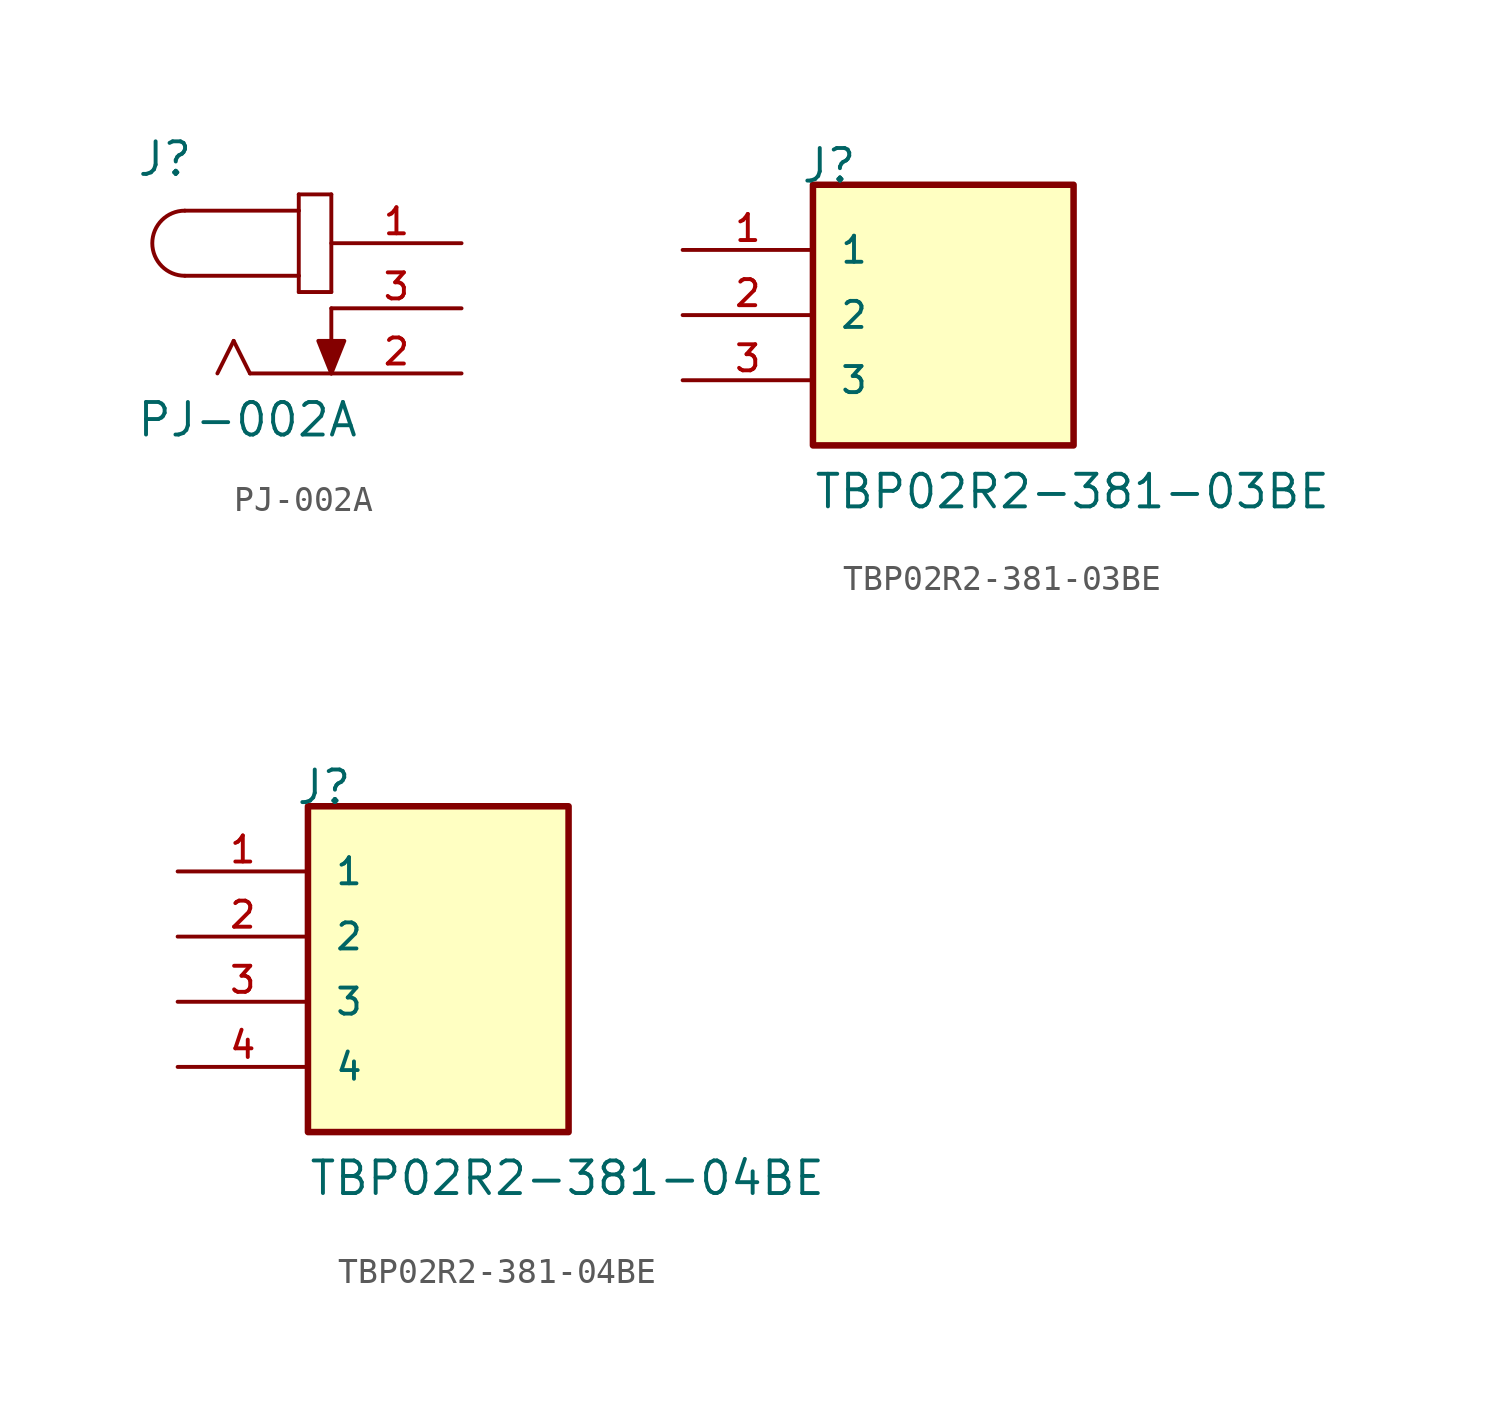
<source format=kicad_sym>
(kicad_symbol_lib
  (version 20211014)
  (generator kicad_symbol_editor)
  (symbol "PJ-002A"
    (pin_names
      (offset 1.016))
    (property "Reference" "J"
      (at -7.621 5.081 0)
      (effects (font (size 1.27 1.27)) (justify bottom left)))
    (property "Value" "PJ-002A"
      (at -7.632 -5.088 0)
      (effects (font (size 1.27 1.27)) (justify bottom left)))
    (symbol "PJ-002A_0_0"
      (arc (start -5.715 3.81) (mid -6.985 2.54) (end -5.715 1.27) (stroke (width 0.1524) (type default) (color 0 0 0 0)) (fill (type none)))
      (polyline (pts (xy -5.715 3.81) (xy -1.27 3.81)) (stroke (width 0.152)))
      (polyline (pts (xy -1.27 3.81) (xy -1.27 1.27)) (stroke (width 0.152)))
      (polyline (pts (xy -1.27 1.27) (xy -5.715 1.27)) (stroke (width 0.152)))
      (polyline (pts (xy -1.27 1.27) (xy -1.27 0.635)) (stroke (width 0.152)))
      (polyline (pts (xy -1.27 0.635) (xy 0.0 0.635)) (stroke (width 0.152)))
      (polyline (pts (xy 0.0 0.635) (xy 0.0 4.445)) (stroke (width 0.152)))
      (polyline (pts (xy 0.0 4.445) (xy -1.27 4.445)) (stroke (width 0.152)))
      (polyline (pts (xy -1.27 4.445) (xy -1.27 3.81)) (stroke (width 0.152)))
      (polyline (pts (xy 0.0 -2.54) (xy -3.175 -2.54)) (stroke (width 0.152)))
      (polyline (pts (xy -3.175 -2.54) (xy -3.81 -1.27)) (stroke (width 0.152)))
      (polyline (pts (xy -3.81 -1.27) (xy -4.445 -2.54)) (stroke (width 0.152)))
      (polyline (pts (xy 0.0 0.0) (xy 0.0 -2.54)) (stroke (width 0.152)))
      (polyline (pts (xy 0.0 -2.54) (xy -0.508 -1.27) (xy 0.508 -1.27) (xy 0.0 -2.54)) (stroke (width 0.152)) (fill (type outline)))
      (pin passive line (at 5.08 2.54 180.0) (length 5.08) (name "~" (effects (font (size 1.016 1.016)))) (number "1" (effects (font (size 1.016 1.016)))))
      (pin passive line (at 5.08 0.0 180.0) (length 5.08) (name "~" (effects (font (size 1.016 1.016)))) (number "3" (effects (font (size 1.016 1.016)))))
      (pin passive line (at 5.08 -2.54 180.0) (length 5.08) (name "~" (effects (font (size 1.016 1.016)))) (number "2" (effects (font (size 1.016 1.016)))))))
  (symbol "TBP02R2-381-03BE"
    (pin_names
      (offset 1.016))
    (property "Reference" "J"
      (at -5.58 5.08 0)
      (effects (font (size 1.27 1.27)) (justify bottom left)))
    (property "Value" "TBP02R2-381-03BE"
      (at -5.08 -7.62 0)
      (effects (font (size 1.27 1.27)) (justify bottom left)))
    (symbol "TBP02R2-381-03BE_0_0"
      (rectangle (start -5.08 -5.08) (end 5.08 5.08) (stroke (width 0.254)) (fill (type background)))
      (pin passive line (at -10.16 2.54 0) (length 5.08) (name "1" (effects (font (size 1.016 1.016)))) (number "1" (effects (font (size 1.016 1.016)))))
      (pin passive line (at -10.16 0.0 0) (length 5.08) (name "2" (effects (font (size 1.016 1.016)))) (number "2" (effects (font (size 1.016 1.016)))))
      (pin passive line (at -10.16 -2.54 0) (length 5.08) (name "3" (effects (font (size 1.016 1.016)))) (number "3" (effects (font (size 1.016 1.016)))))))
  (symbol "TBP02R2-381-04BE"
    (pin_names
      (offset 1.016))
    (property "Reference" "J"
      (at -5.58 7.62 0)
      (effects (font (size 1.27 1.27)) (justify bottom left)))
    (property "Value" "TBP02R2-381-04BE"
      (at -5.08 -7.62 0)
      (effects (font (size 1.27 1.27)) (justify bottom left)))
    (symbol "TBP02R2-381-04BE_0_0"
      (rectangle (start -5.08 -5.08) (end 5.08 7.62) (stroke (width 0.254)) (fill (type background)))
      (pin passive line (at -10.16 5.08 0) (length 5.08) (name "1" (effects (font (size 1.016 1.016)))) (number "1" (effects (font (size 1.016 1.016)))))
      (pin passive line (at -10.16 2.54 0) (length 5.08) (name "2" (effects (font (size 1.016 1.016)))) (number "2" (effects (font (size 1.016 1.016)))))
      (pin passive line (at -10.16 0.0 0) (length 5.08) (name "3" (effects (font (size 1.016 1.016)))) (number "3" (effects (font (size 1.016 1.016)))))
      (pin passive line (at -10.16 -2.54 0) (length 5.08) (name "4" (effects (font (size 1.016 1.016)))) (number "4" (effects (font (size 1.016 1.016))))))))
</source>
